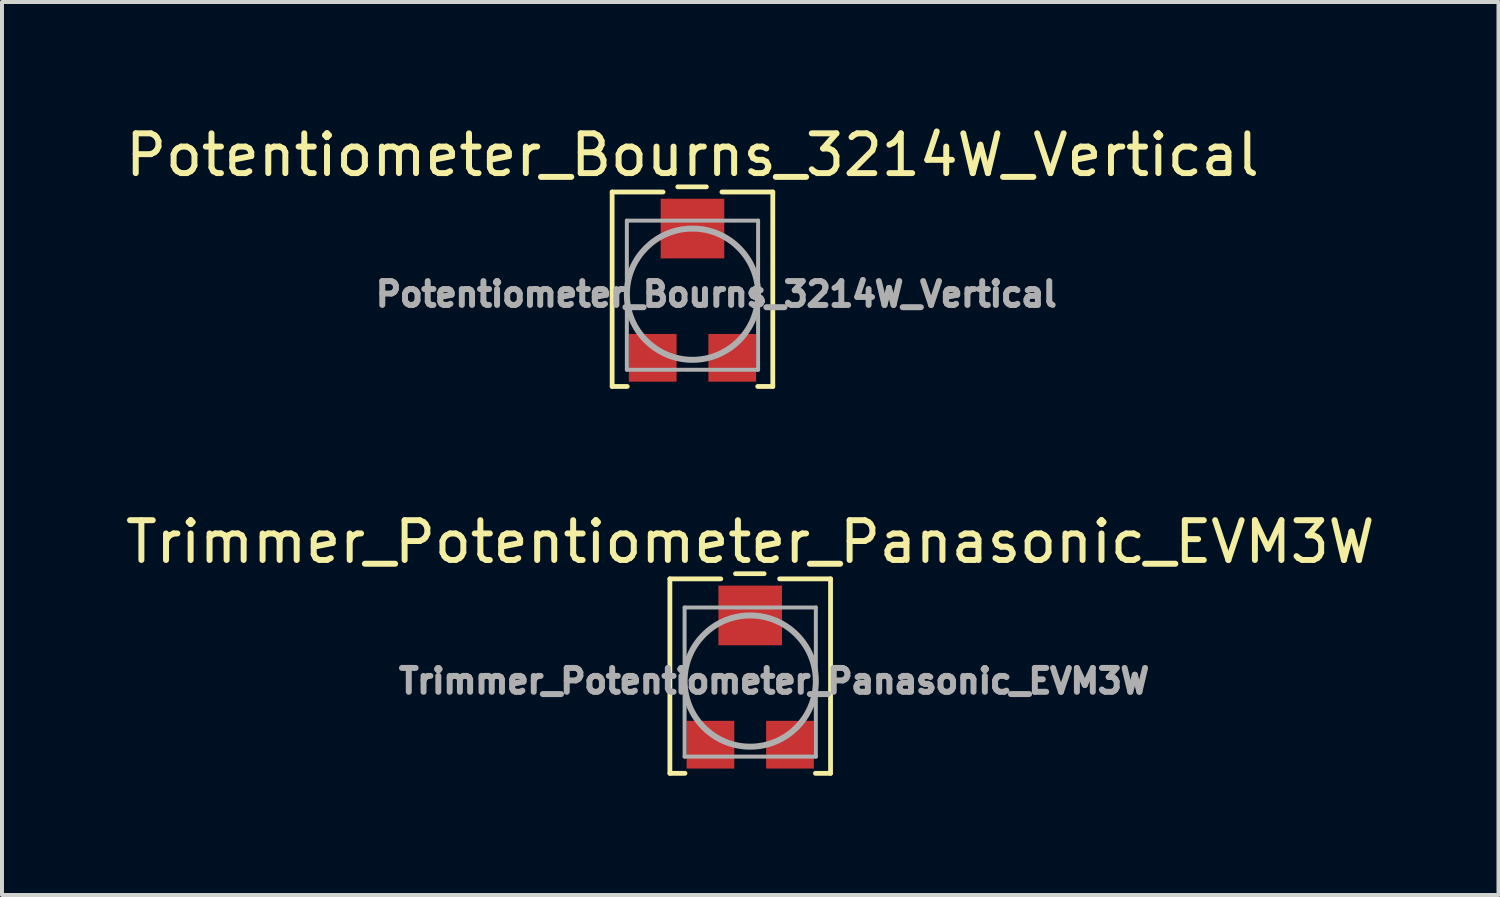
<source format=kicad_pcb>
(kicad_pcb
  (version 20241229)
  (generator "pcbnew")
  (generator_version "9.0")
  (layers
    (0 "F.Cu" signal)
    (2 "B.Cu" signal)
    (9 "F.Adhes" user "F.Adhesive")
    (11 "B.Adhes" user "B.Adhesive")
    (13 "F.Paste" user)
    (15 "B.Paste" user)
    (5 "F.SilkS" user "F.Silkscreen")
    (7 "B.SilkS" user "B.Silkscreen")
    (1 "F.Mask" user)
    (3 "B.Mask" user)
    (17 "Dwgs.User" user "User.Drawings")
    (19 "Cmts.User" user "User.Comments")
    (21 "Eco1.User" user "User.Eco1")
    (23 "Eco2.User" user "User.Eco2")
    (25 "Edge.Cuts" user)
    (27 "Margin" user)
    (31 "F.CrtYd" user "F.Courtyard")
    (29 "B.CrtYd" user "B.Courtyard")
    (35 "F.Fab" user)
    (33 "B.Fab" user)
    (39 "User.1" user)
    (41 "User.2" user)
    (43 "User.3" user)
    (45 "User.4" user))
  (footprint "Trimmer_Potentiometer_Panasonic_EVM3W"
    (layer "F.Cu")
    (at 15.815 14.076)
    (property "Reference" "Trimmer_Potentiometer_Panasonic_EVM3W" (at 0 -3.5 0) (layer "F.SilkS") (effects (font (size 1 1) (thickness 0.15))))
    (attr smd)
    (fp_line (start -2.02 -2.57) (end -2.02 2.32) (stroke (width 0.12) (type solid)) (layer "F.SilkS"))
    (fp_line (start -2.02 -2.57) (end -0.74 -2.57) (stroke (width 0.12) (type solid)) (layer "F.SilkS"))
    (fp_line (start -2.02 2.32) (end -1.64 2.32) (stroke (width 0.12) (type solid)) (layer "F.SilkS"))
    (fp_line (start -0.37 -2.7) (end 0.35 -2.7) (stroke (width 0.12) (type solid)) (layer "F.SilkS"))
    (fp_line (start 0.74 -2.57) (end 2.02 -2.57) (stroke (width 0.12) (type solid)) (layer "F.SilkS"))
    (fp_line (start 1.64 2.32) (end 2.02 2.32) (stroke (width 0.12) (type solid)) (layer "F.SilkS"))
    (fp_line (start 2.02 -2.57) (end 2.02 2.32) (stroke (width 0.12) (type solid)) (layer "F.SilkS"))
    (fp_line (start -1.65 -1.85) (end -1.65 1.9) (stroke (width 0.1) (type solid)) (layer "F.Fab"))
    (fp_line (start -1.65 1.9) (end 1.65 1.9) (stroke (width 0.1) (type solid)) (layer "F.Fab"))
    (fp_line (start 1.65 -1.85) (end -1.65 -1.85) (stroke (width 0.1) (type solid)) (layer "F.Fab"))
    (fp_line (start 1.65 1.9) (end 1.65 -1.85) (stroke (width 0.1) (type solid)) (layer "F.Fab"))
    (fp_circle (center 0 0) (end 1.65 0) (stroke (width 0.15) (type solid)) (fill no) (layer "F.Fab"))
    (fp_text user "${REFERENCE}" (at 0.6 0 0) (layer "F.Fab") (effects (font (size 0.6 0.6) (thickness 0.15))))
    (pad "1" smd rect (at 1 1.6) (size 1.2 1.2) (layers "F.Cu" "F.Mask" "F.Paste"))
    (pad "2" smd rect (at 0 -1.65) (size 1.6 1.5) (layers "F.Cu" "F.Mask" "F.Paste"))
    (pad "3" smd rect (at -1 1.6) (size 1.2 1.2) (layers "F.Cu" "F.Mask" "F.Paste")))
  (footprint "Potentiometer_Bourns_3214W_Vertical"
    (layer "F.Cu")
    (at 14.363 4.348)
    (property "Reference" "Potentiometer_Bourns_3214W_Vertical" (at 0 -3.5 0) (layer "F.SilkS") (effects (font (size 1 1) (thickness 0.15))))
    (attr smd)
    (fp_line (start -2.02 -2.57) (end -2.02 2.32) (stroke (width 0.12) (type solid)) (layer "F.SilkS"))
    (fp_line (start -2.02 -2.57) (end -0.74 -2.57) (stroke (width 0.12) (type solid)) (layer "F.SilkS"))
    (fp_line (start -2.02 2.32) (end -1.64 2.32) (stroke (width 0.12) (type solid)) (layer "F.SilkS"))
    (fp_line (start -0.37 -2.7) (end 0.35 -2.7) (stroke (width 0.12) (type solid)) (layer "F.SilkS"))
    (fp_line (start 0.74 -2.57) (end 2.02 -2.57) (stroke (width 0.12) (type solid)) (layer "F.SilkS"))
    (fp_line (start 1.64 2.32) (end 2.02 2.32) (stroke (width 0.12) (type solid)) (layer "F.SilkS"))
    (fp_line (start 2.02 -2.57) (end 2.02 2.32) (stroke (width 0.12) (type solid)) (layer "F.SilkS"))
    (fp_line (start -1.65 -1.85) (end -1.65 1.9) (stroke (width 0.1) (type solid)) (layer "F.Fab"))
    (fp_line (start -1.65 1.9) (end 1.65 1.9) (stroke (width 0.1) (type solid)) (layer "F.Fab"))
    (fp_line (start 1.65 -1.85) (end -1.65 -1.85) (stroke (width 0.1) (type solid)) (layer "F.Fab"))
    (fp_line (start 1.65 1.9) (end 1.65 -1.85) (stroke (width 0.1) (type solid)) (layer "F.Fab"))
    (fp_circle (center 0 0) (end 1.65 0) (stroke (width 0.15) (type solid)) (fill no) (layer "F.Fab"))
    (fp_text user "${REFERENCE}" (at 0.6 0 0) (layer "F.Fab") (effects (font (size 0.6 0.6) (thickness 0.15))))
    (pad "1" smd rect (at 1 1.6) (size 1.2 1.2) (layers "F.Cu" "F.Mask" "F.Paste"))
    (pad "2" smd rect (at 0 -1.65) (size 1.6 1.5) (layers "F.Cu" "F.Mask" "F.Paste"))
    (pad "3" smd rect (at -1 1.6) (size 1.2 1.2) (layers "F.Cu" "F.Mask" "F.Paste")))
  (gr_rect
    (start -3 -3)
    (end 34.631 19.456)
    (stroke (width 0.1) (type default))
    (fill no)
    (layer "Edge.Cuts")))
</source>
